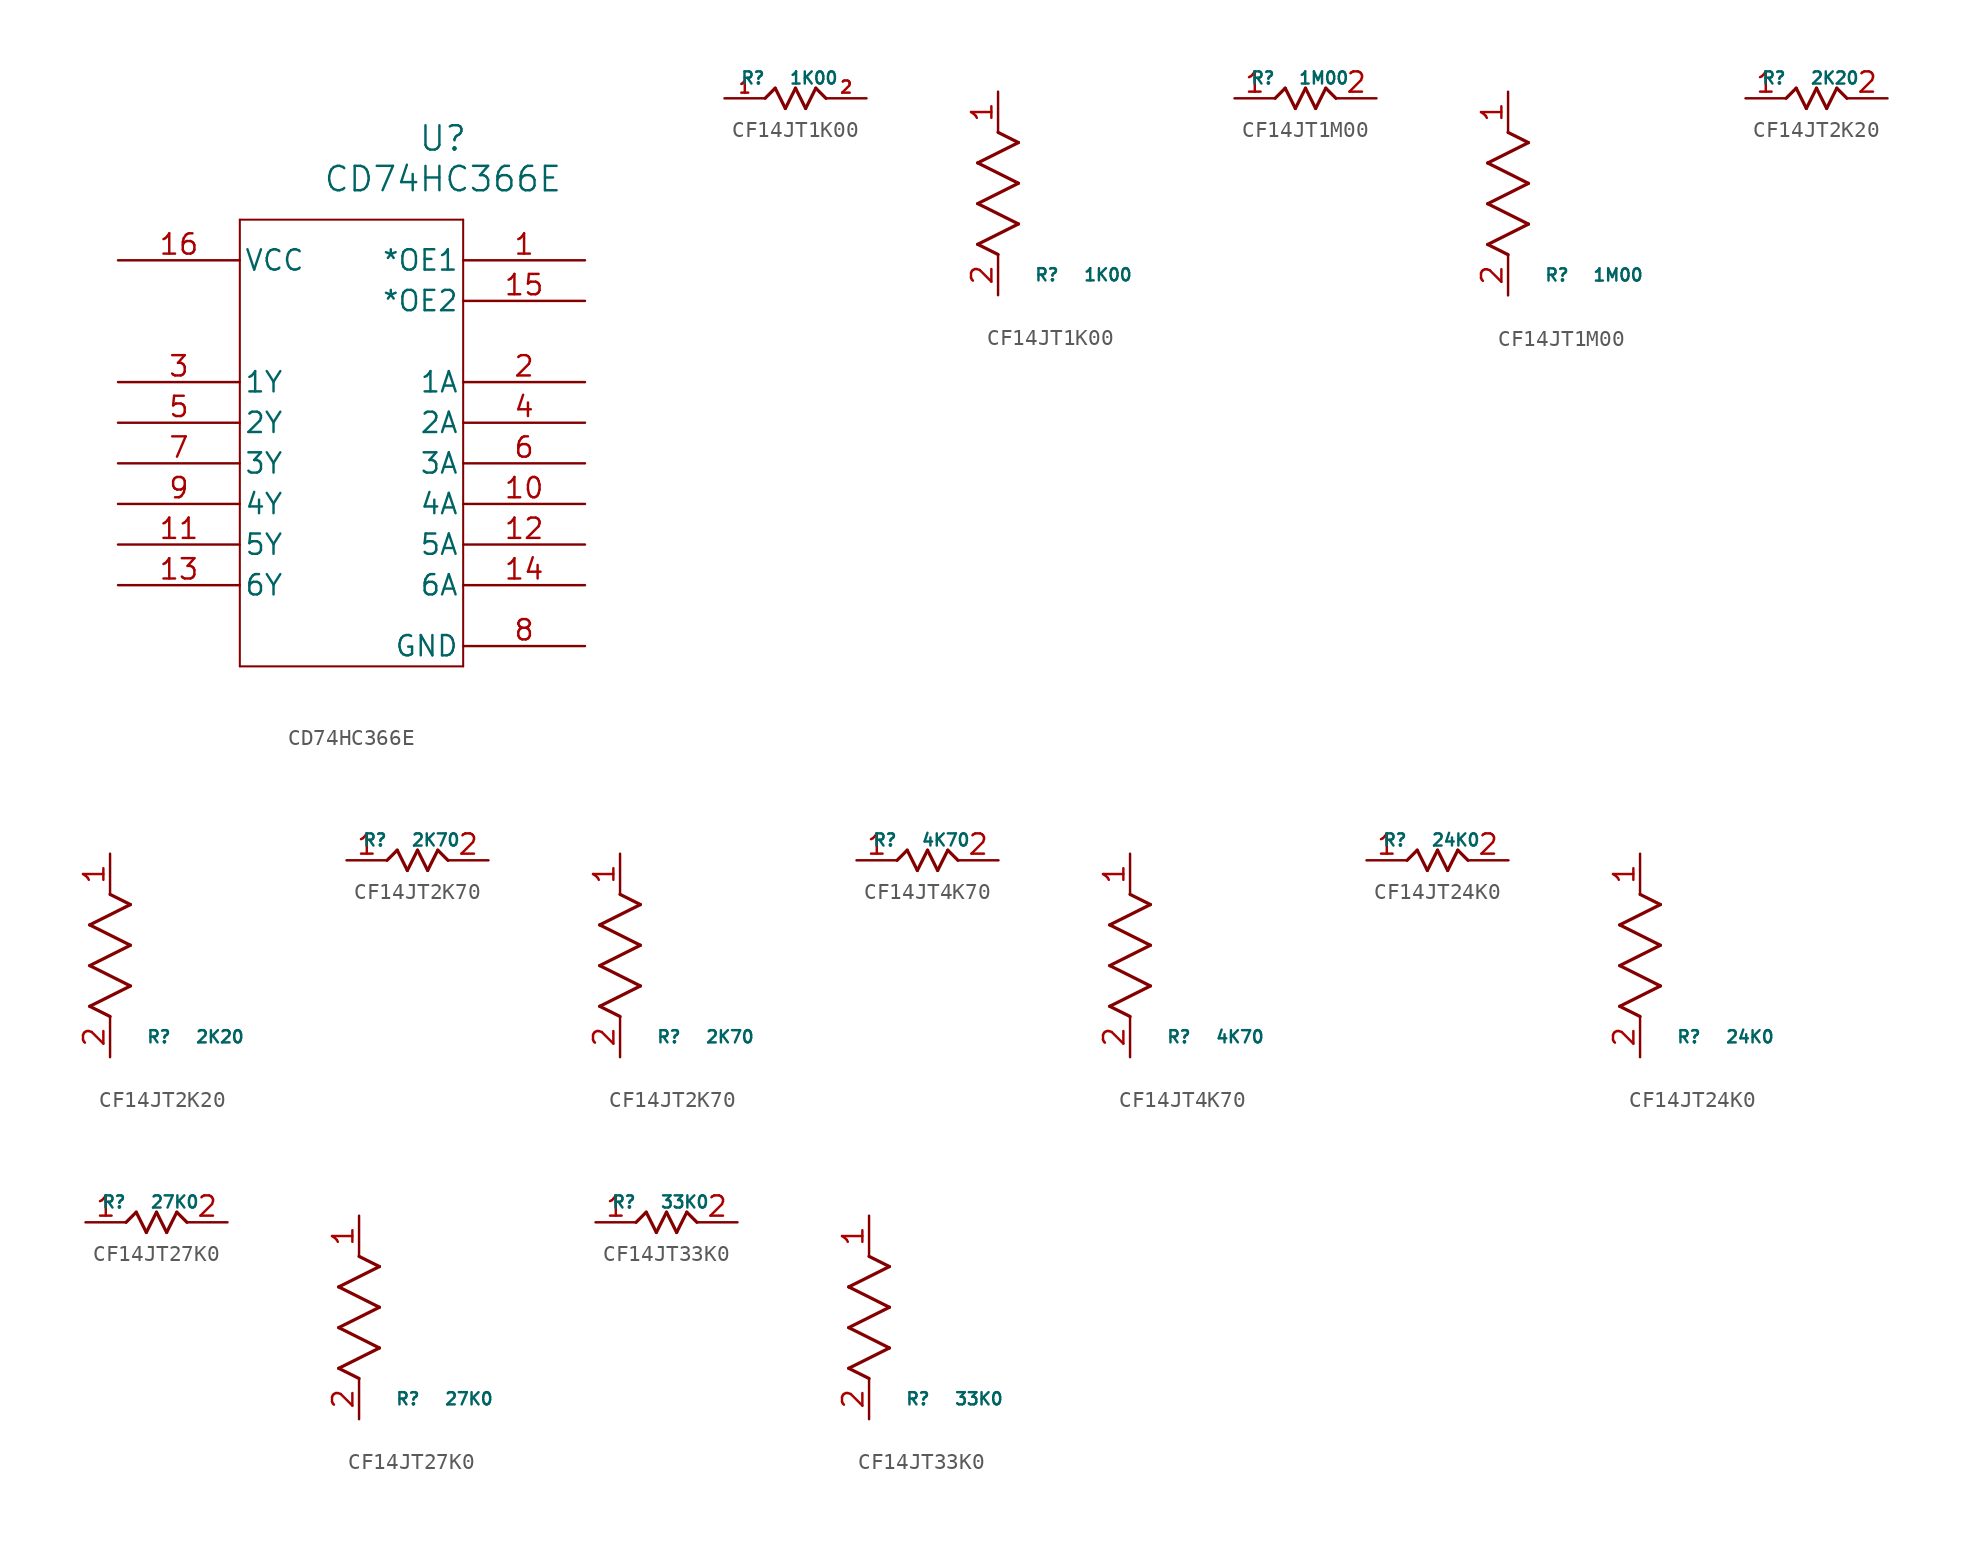
<source format=kicad_sym>
(kicad_symbol_lib
  (version 20241209)
  (generator "kicad_symbol_editor")
  (generator_version "9.0")
  (symbol "CD74HC366E"
    (pin_names
      (offset 0.254))
    (property "Reference" "U"
      (at 20.32 10.16 0)
      (effects (font (size 1.524 1.524))))
    (property "Value" "CD74HC366E"
      (at 20.32 7.62 0)
      (effects (font (size 1.524 1.524))))
    (symbol "CD74HC366E_0_1"
      (polyline (pts (xy 7.62 5.08) (xy 7.62 -22.86)) (stroke (width 0.127) (type default)) (fill (type none)))
      (polyline (pts (xy 7.62 -22.86) (xy 21.59 -22.86)) (stroke (width 0.127) (type default)) (fill (type none)))
      (polyline (pts (xy 21.59 5.08) (xy 7.62 5.08)) (stroke (width 0.127) (type default)) (fill (type none)))
      (polyline (pts (xy 21.59 -22.86) (xy 21.59 5.08)) (stroke (width 0.127) (type default)) (fill (type none)))
      (pin unspecified line (at 0 2.54 0) (length 7.62) (name "VCC" (effects (font (size 1.27 1.27)))) (number "16" (effects (font (size 1.27 1.27)))))
      (pin unspecified line (at 0 -5.08 0) (length 7.62) (name "1Y" (effects (font (size 1.27 1.27)))) (number "3" (effects (font (size 1.27 1.27)))))
      (pin unspecified line (at 0 -7.62 0) (length 7.62) (name "2Y" (effects (font (size 1.27 1.27)))) (number "5" (effects (font (size 1.27 1.27)))))
      (pin unspecified line (at 0 -10.16 0) (length 7.62) (name "3Y" (effects (font (size 1.27 1.27)))) (number "7" (effects (font (size 1.27 1.27)))))
      (pin unspecified line (at 0 -12.7 0) (length 7.62) (name "4Y" (effects (font (size 1.27 1.27)))) (number "9" (effects (font (size 1.27 1.27)))))
      (pin unspecified line (at 0 -15.24 0) (length 7.62) (name "5Y" (effects (font (size 1.27 1.27)))) (number "11" (effects (font (size 1.27 1.27)))))
      (pin unspecified line (at 0 -17.78 0) (length 7.62) (name "6Y" (effects (font (size 1.27 1.27)))) (number "13" (effects (font (size 1.27 1.27)))))
      (pin unspecified line (at 29.21 2.54 180) (length 7.62) (name "*OE1" (effects (font (size 1.27 1.27)))) (number "1" (effects (font (size 1.27 1.27)))))
      (pin unspecified line (at 29.21 0 180) (length 7.62) (name "*OE2" (effects (font (size 1.27 1.27)))) (number "15" (effects (font (size 1.27 1.27)))))
      (pin unspecified line (at 29.21 -5.08 180) (length 7.62) (name "1A" (effects (font (size 1.27 1.27)))) (number "2" (effects (font (size 1.27 1.27)))))
      (pin unspecified line (at 29.21 -7.62 180) (length 7.62) (name "2A" (effects (font (size 1.27 1.27)))) (number "4" (effects (font (size 1.27 1.27)))))
      (pin unspecified line (at 29.21 -10.16 180) (length 7.62) (name "3A" (effects (font (size 1.27 1.27)))) (number "6" (effects (font (size 1.27 1.27)))))
      (pin unspecified line (at 29.21 -12.7 180) (length 7.62) (name "4A" (effects (font (size 1.27 1.27)))) (number "10" (effects (font (size 1.27 1.27)))))
      (pin unspecified line (at 29.21 -15.24 180) (length 7.62) (name "5A" (effects (font (size 1.27 1.27)))) (number "12" (effects (font (size 1.27 1.27)))))
      (pin unspecified line (at 29.21 -17.78 180) (length 7.62) (name "6A" (effects (font (size 1.27 1.27)))) (number "14" (effects (font (size 1.27 1.27)))))
      (pin unspecified line (at 29.21 -21.59 180) (length 7.62) (name "GND" (effects (font (size 1.27 1.27)))) (number "8" (effects (font (size 1.27 1.27)))))))
  (symbol "CF14JT1K00"
    (pin_names
      (offset 0.254))
    (property "Reference" "R"
      (at 3.048 1.27 0)
      (effects (font (size 0.762 0.762))))
    (property "Value" "1K00"
      (at 6.858 1.27 0)
      (effects (font (size 0.762 0.762))))
    (symbol "CF14JT1K00_1_1"
      (polyline (pts (xy 3.81 0) (xy 4.445 0.635)) (stroke (width 0.203) (type default)) (fill (type none)))
      (polyline (pts (xy 4.445 0.635) (xy 5.08 -0.635)) (stroke (width 0.203) (type default)) (fill (type none)))
      (polyline (pts (xy 5.08 -0.635) (xy 5.715 0.635)) (stroke (width 0.203) (type default)) (fill (type none)))
      (polyline (pts (xy 5.715 0.635) (xy 6.35 -0.635)) (stroke (width 0.203) (type default)) (fill (type none)))
      (polyline (pts (xy 6.35 -0.635) (xy 6.985 0.635)) (stroke (width 0.203) (type default)) (fill (type none)))
      (polyline (pts (xy 6.985 0.635) (xy 7.62 0)) (stroke (width 0.203) (type default)) (fill (type none)))
      (pin unspecified line (at 1.27 0 0) (length 2.54) (name "" (effects (font (size 0.762 0.762)))) (number "1" (effects (font (size 0.762 0.762)))))
      (pin unspecified line (at 10.16 0 180) (length 2.54) (name "" (effects (font (size 0.762 0.762)))) (number "2" (effects (font (size 0.762 0.762))))))
    (symbol "CF14JT1K00_1_2"
      (polyline (pts (xy -1.27 8.255) (xy 1.27 9.525)) (stroke (width 0.203) (type default)) (fill (type none)))
      (polyline (pts (xy -1.27 5.715) (xy 1.27 6.985)) (stroke (width 0.203) (type default)) (fill (type none)))
      (polyline (pts (xy -1.27 3.175) (xy 1.27 4.445)) (stroke (width 0.203) (type default)) (fill (type none)))
      (polyline (pts (xy 0 2.54) (xy -1.27 3.175)) (stroke (width 0.203) (type default)) (fill (type none)))
      (polyline (pts (xy 1.27 9.525) (xy 0 10.16)) (stroke (width 0.203) (type default)) (fill (type none)))
      (polyline (pts (xy 1.27 6.985) (xy -1.27 8.255)) (stroke (width 0.203) (type default)) (fill (type none)))
      (polyline (pts (xy 1.27 4.445) (xy -1.27 5.715)) (stroke (width 0.203) (type default)) (fill (type none)))
      (pin unspecified line (at 0 12.7 270) (length 2.54) (name "" (effects (font (size 1.27 1.27)))) (number "1" (effects (font (size 1.27 1.27)))))
      (pin unspecified line (at 0 0 90) (length 2.54) (name "" (effects (font (size 1.27 1.27)))) (number "2" (effects (font (size 1.27 1.27)))))))
  (symbol "CF14JT1M00"
    (pin_names
      (offset 0.254))
    (property "Reference" "R"
      (at 3.048 1.27 0)
      (effects (font (size 0.762 0.762))))
    (property "Value" "1M00"
      (at 6.858 1.27 0)
      (effects (font (size 0.762 0.762))))
    (symbol "CF14JT1M00_1_1"
      (polyline (pts (xy 3.81 0) (xy 4.445 0.635)) (stroke (width 0.203) (type default)) (fill (type none)))
      (polyline (pts (xy 4.445 0.635) (xy 5.08 -0.635)) (stroke (width 0.203) (type default)) (fill (type none)))
      (polyline (pts (xy 5.08 -0.635) (xy 5.715 0.635)) (stroke (width 0.203) (type default)) (fill (type none)))
      (polyline (pts (xy 5.715 0.635) (xy 6.35 -0.635)) (stroke (width 0.203) (type default)) (fill (type none)))
      (polyline (pts (xy 6.35 -0.635) (xy 6.985 0.635)) (stroke (width 0.203) (type default)) (fill (type none)))
      (polyline (pts (xy 6.985 0.635) (xy 7.62 0)) (stroke (width 0.203) (type default)) (fill (type none)))
      (pin unspecified line (at 1.27 0 0) (length 2.54) (name "" (effects (font (size 1.27 1.27)))) (number "1" (effects (font (size 1.27 1.27)))))
      (pin unspecified line (at 10.16 0 180) (length 2.54) (name "" (effects (font (size 1.27 1.27)))) (number "2" (effects (font (size 1.27 1.27))))))
    (symbol "CF14JT1M00_1_2"
      (polyline (pts (xy -1.27 8.255) (xy 1.27 9.525)) (stroke (width 0.203) (type default)) (fill (type none)))
      (polyline (pts (xy -1.27 5.715) (xy 1.27 6.985)) (stroke (width 0.203) (type default)) (fill (type none)))
      (polyline (pts (xy -1.27 3.175) (xy 1.27 4.445)) (stroke (width 0.203) (type default)) (fill (type none)))
      (polyline (pts (xy 0 2.54) (xy -1.27 3.175)) (stroke (width 0.203) (type default)) (fill (type none)))
      (polyline (pts (xy 1.27 9.525) (xy 0 10.16)) (stroke (width 0.203) (type default)) (fill (type none)))
      (polyline (pts (xy 1.27 6.985) (xy -1.27 8.255)) (stroke (width 0.203) (type default)) (fill (type none)))
      (polyline (pts (xy 1.27 4.445) (xy -1.27 5.715)) (stroke (width 0.203) (type default)) (fill (type none)))
      (pin unspecified line (at 0 12.7 270) (length 2.54) (name "" (effects (font (size 1.27 1.27)))) (number "1" (effects (font (size 1.27 1.27)))))
      (pin unspecified line (at 0 0 90) (length 2.54) (name "" (effects (font (size 1.27 1.27)))) (number "2" (effects (font (size 1.27 1.27)))))))
  (symbol "CF14JT2K20"
    (pin_names
      (offset 0.254))
    (property "Reference" "R"
      (at 3.048 1.27 0)
      (effects (font (size 0.762 0.762))))
    (property "Value" "2K20"
      (at 6.858 1.27 0)
      (effects (font (size 0.762 0.762))))
    (symbol "CF14JT2K20_1_1"
      (polyline (pts (xy 3.81 0) (xy 4.445 0.635)) (stroke (width 0.203) (type default)) (fill (type none)))
      (polyline (pts (xy 4.445 0.635) (xy 5.08 -0.635)) (stroke (width 0.203) (type default)) (fill (type none)))
      (polyline (pts (xy 5.08 -0.635) (xy 5.715 0.635)) (stroke (width 0.203) (type default)) (fill (type none)))
      (polyline (pts (xy 5.715 0.635) (xy 6.35 -0.635)) (stroke (width 0.203) (type default)) (fill (type none)))
      (polyline (pts (xy 6.35 -0.635) (xy 6.985 0.635)) (stroke (width 0.203) (type default)) (fill (type none)))
      (polyline (pts (xy 6.985 0.635) (xy 7.62 0)) (stroke (width 0.203) (type default)) (fill (type none)))
      (pin unspecified line (at 1.27 0 0) (length 2.54) (name "" (effects (font (size 1.27 1.27)))) (number "1" (effects (font (size 1.27 1.27)))))
      (pin unspecified line (at 10.16 0 180) (length 2.54) (name "" (effects (font (size 1.27 1.27)))) (number "2" (effects (font (size 1.27 1.27))))))
    (symbol "CF14JT2K20_1_2"
      (polyline (pts (xy -1.27 8.255) (xy 1.27 9.525)) (stroke (width 0.203) (type default)) (fill (type none)))
      (polyline (pts (xy -1.27 5.715) (xy 1.27 6.985)) (stroke (width 0.203) (type default)) (fill (type none)))
      (polyline (pts (xy -1.27 3.175) (xy 1.27 4.445)) (stroke (width 0.203) (type default)) (fill (type none)))
      (polyline (pts (xy 0 2.54) (xy -1.27 3.175)) (stroke (width 0.203) (type default)) (fill (type none)))
      (polyline (pts (xy 1.27 9.525) (xy 0 10.16)) (stroke (width 0.203) (type default)) (fill (type none)))
      (polyline (pts (xy 1.27 6.985) (xy -1.27 8.255)) (stroke (width 0.203) (type default)) (fill (type none)))
      (polyline (pts (xy 1.27 4.445) (xy -1.27 5.715)) (stroke (width 0.203) (type default)) (fill (type none)))
      (pin unspecified line (at 0 12.7 270) (length 2.54) (name "" (effects (font (size 1.27 1.27)))) (number "1" (effects (font (size 1.27 1.27)))))
      (pin unspecified line (at 0 0 90) (length 2.54) (name "" (effects (font (size 1.27 1.27)))) (number "2" (effects (font (size 1.27 1.27)))))))
  (symbol "CF14JT2K70"
    (pin_names
      (offset 0.254))
    (property "Reference" "R"
      (at 3.048 1.27 0)
      (effects (font (size 0.762 0.762))))
    (property "Value" "2K70"
      (at 6.858 1.27 0)
      (effects (font (size 0.762 0.762))))
    (symbol "CF14JT2K70_1_1"
      (polyline (pts (xy 3.81 0) (xy 4.445 0.635)) (stroke (width 0.203) (type default)) (fill (type none)))
      (polyline (pts (xy 4.445 0.635) (xy 5.08 -0.635)) (stroke (width 0.203) (type default)) (fill (type none)))
      (polyline (pts (xy 5.08 -0.635) (xy 5.715 0.635)) (stroke (width 0.203) (type default)) (fill (type none)))
      (polyline (pts (xy 5.715 0.635) (xy 6.35 -0.635)) (stroke (width 0.203) (type default)) (fill (type none)))
      (polyline (pts (xy 6.35 -0.635) (xy 6.985 0.635)) (stroke (width 0.203) (type default)) (fill (type none)))
      (polyline (pts (xy 6.985 0.635) (xy 7.62 0)) (stroke (width 0.203) (type default)) (fill (type none)))
      (pin unspecified line (at 1.27 0 0) (length 2.54) (name "" (effects (font (size 1.27 1.27)))) (number "1" (effects (font (size 1.27 1.27)))))
      (pin unspecified line (at 10.16 0 180) (length 2.54) (name "" (effects (font (size 1.27 1.27)))) (number "2" (effects (font (size 1.27 1.27))))))
    (symbol "CF14JT2K70_1_2"
      (polyline (pts (xy -1.27 8.255) (xy 1.27 9.525)) (stroke (width 0.203) (type default)) (fill (type none)))
      (polyline (pts (xy -1.27 5.715) (xy 1.27 6.985)) (stroke (width 0.203) (type default)) (fill (type none)))
      (polyline (pts (xy -1.27 3.175) (xy 1.27 4.445)) (stroke (width 0.203) (type default)) (fill (type none)))
      (polyline (pts (xy 0 2.54) (xy -1.27 3.175)) (stroke (width 0.203) (type default)) (fill (type none)))
      (polyline (pts (xy 1.27 9.525) (xy 0 10.16)) (stroke (width 0.203) (type default)) (fill (type none)))
      (polyline (pts (xy 1.27 6.985) (xy -1.27 8.255)) (stroke (width 0.203) (type default)) (fill (type none)))
      (polyline (pts (xy 1.27 4.445) (xy -1.27 5.715)) (stroke (width 0.203) (type default)) (fill (type none)))
      (pin unspecified line (at 0 12.7 270) (length 2.54) (name "" (effects (font (size 1.27 1.27)))) (number "1" (effects (font (size 1.27 1.27)))))
      (pin unspecified line (at 0 0 90) (length 2.54) (name "" (effects (font (size 1.27 1.27)))) (number "2" (effects (font (size 1.27 1.27)))))))
  (symbol "CF14JT4K70"
    (pin_names
      (offset 0.254))
    (property "Reference" "R"
      (at 3.048 1.27 0)
      (effects (font (size 0.762 0.762))))
    (property "Value" "4K70"
      (at 6.858 1.27 0)
      (effects (font (size 0.762 0.762))))
    (symbol "CF14JT4K70_1_1"
      (polyline (pts (xy 3.81 0) (xy 4.445 0.635)) (stroke (width 0.203) (type default)) (fill (type none)))
      (polyline (pts (xy 4.445 0.635) (xy 5.08 -0.635)) (stroke (width 0.203) (type default)) (fill (type none)))
      (polyline (pts (xy 5.08 -0.635) (xy 5.715 0.635)) (stroke (width 0.203) (type default)) (fill (type none)))
      (polyline (pts (xy 5.715 0.635) (xy 6.35 -0.635)) (stroke (width 0.203) (type default)) (fill (type none)))
      (polyline (pts (xy 6.35 -0.635) (xy 6.985 0.635)) (stroke (width 0.203) (type default)) (fill (type none)))
      (polyline (pts (xy 6.985 0.635) (xy 7.62 0)) (stroke (width 0.203) (type default)) (fill (type none)))
      (pin unspecified line (at 1.27 0 0) (length 2.54) (name "" (effects (font (size 1.27 1.27)))) (number "1" (effects (font (size 1.27 1.27)))))
      (pin unspecified line (at 10.16 0 180) (length 2.54) (name "" (effects (font (size 1.27 1.27)))) (number "2" (effects (font (size 1.27 1.27))))))
    (symbol "CF14JT4K70_1_2"
      (polyline (pts (xy -1.27 8.255) (xy 1.27 9.525)) (stroke (width 0.203) (type default)) (fill (type none)))
      (polyline (pts (xy -1.27 5.715) (xy 1.27 6.985)) (stroke (width 0.203) (type default)) (fill (type none)))
      (polyline (pts (xy -1.27 3.175) (xy 1.27 4.445)) (stroke (width 0.203) (type default)) (fill (type none)))
      (polyline (pts (xy 0 2.54) (xy -1.27 3.175)) (stroke (width 0.203) (type default)) (fill (type none)))
      (polyline (pts (xy 1.27 9.525) (xy 0 10.16)) (stroke (width 0.203) (type default)) (fill (type none)))
      (polyline (pts (xy 1.27 6.985) (xy -1.27 8.255)) (stroke (width 0.203) (type default)) (fill (type none)))
      (polyline (pts (xy 1.27 4.445) (xy -1.27 5.715)) (stroke (width 0.203) (type default)) (fill (type none)))
      (pin unspecified line (at 0 12.7 270) (length 2.54) (name "" (effects (font (size 1.27 1.27)))) (number "1" (effects (font (size 1.27 1.27)))))
      (pin unspecified line (at 0 0 90) (length 2.54) (name "" (effects (font (size 1.27 1.27)))) (number "2" (effects (font (size 1.27 1.27)))))))
  (symbol "CF14JT24K0"
    (pin_names
      (offset 0.254))
    (property "Reference" "R"
      (at 3.048 1.27 0)
      (effects (font (size 0.762 0.762))))
    (property "Value" "24K0"
      (at 6.858 1.27 0)
      (effects (font (size 0.762 0.762))))
    (symbol "CF14JT24K0_1_1"
      (polyline (pts (xy 3.81 0) (xy 4.445 0.635)) (stroke (width 0.203) (type default)) (fill (type none)))
      (polyline (pts (xy 4.445 0.635) (xy 5.08 -0.635)) (stroke (width 0.203) (type default)) (fill (type none)))
      (polyline (pts (xy 5.08 -0.635) (xy 5.715 0.635)) (stroke (width 0.203) (type default)) (fill (type none)))
      (polyline (pts (xy 5.715 0.635) (xy 6.35 -0.635)) (stroke (width 0.203) (type default)) (fill (type none)))
      (polyline (pts (xy 6.35 -0.635) (xy 6.985 0.635)) (stroke (width 0.203) (type default)) (fill (type none)))
      (polyline (pts (xy 6.985 0.635) (xy 7.62 0)) (stroke (width 0.203) (type default)) (fill (type none)))
      (pin unspecified line (at 1.27 0 0) (length 2.54) (name "" (effects (font (size 1.27 1.27)))) (number "1" (effects (font (size 1.27 1.27)))))
      (pin unspecified line (at 10.16 0 180) (length 2.54) (name "" (effects (font (size 1.27 1.27)))) (number "2" (effects (font (size 1.27 1.27))))))
    (symbol "CF14JT24K0_1_2"
      (polyline (pts (xy -1.27 8.255) (xy 1.27 9.525)) (stroke (width 0.203) (type default)) (fill (type none)))
      (polyline (pts (xy -1.27 5.715) (xy 1.27 6.985)) (stroke (width 0.203) (type default)) (fill (type none)))
      (polyline (pts (xy -1.27 3.175) (xy 1.27 4.445)) (stroke (width 0.203) (type default)) (fill (type none)))
      (polyline (pts (xy 0 2.54) (xy -1.27 3.175)) (stroke (width 0.203) (type default)) (fill (type none)))
      (polyline (pts (xy 1.27 9.525) (xy 0 10.16)) (stroke (width 0.203) (type default)) (fill (type none)))
      (polyline (pts (xy 1.27 6.985) (xy -1.27 8.255)) (stroke (width 0.203) (type default)) (fill (type none)))
      (polyline (pts (xy 1.27 4.445) (xy -1.27 5.715)) (stroke (width 0.203) (type default)) (fill (type none)))
      (pin unspecified line (at 0 12.7 270) (length 2.54) (name "" (effects (font (size 1.27 1.27)))) (number "1" (effects (font (size 1.27 1.27)))))
      (pin unspecified line (at 0 0 90) (length 2.54) (name "" (effects (font (size 1.27 1.27)))) (number "2" (effects (font (size 1.27 1.27)))))))
  (symbol "CF14JT27K0"
    (pin_names
      (offset 0.254))
    (property "Reference" "R"
      (at 3.048 1.27 0)
      (effects (font (size 0.762 0.762))))
    (property "Value" "27K0"
      (at 6.858 1.27 0)
      (effects (font (size 0.762 0.762))))
    (symbol "CF14JT27K0_1_1"
      (polyline (pts (xy 3.81 0) (xy 4.445 0.635)) (stroke (width 0.203) (type default)) (fill (type none)))
      (polyline (pts (xy 4.445 0.635) (xy 5.08 -0.635)) (stroke (width 0.203) (type default)) (fill (type none)))
      (polyline (pts (xy 5.08 -0.635) (xy 5.715 0.635)) (stroke (width 0.203) (type default)) (fill (type none)))
      (polyline (pts (xy 5.715 0.635) (xy 6.35 -0.635)) (stroke (width 0.203) (type default)) (fill (type none)))
      (polyline (pts (xy 6.35 -0.635) (xy 6.985 0.635)) (stroke (width 0.203) (type default)) (fill (type none)))
      (polyline (pts (xy 6.985 0.635) (xy 7.62 0)) (stroke (width 0.203) (type default)) (fill (type none)))
      (pin unspecified line (at 1.27 0 0) (length 2.54) (name "" (effects (font (size 1.27 1.27)))) (number "1" (effects (font (size 1.27 1.27)))))
      (pin unspecified line (at 10.16 0 180) (length 2.54) (name "" (effects (font (size 1.27 1.27)))) (number "2" (effects (font (size 1.27 1.27))))))
    (symbol "CF14JT27K0_1_2"
      (polyline (pts (xy -1.27 8.255) (xy 1.27 9.525)) (stroke (width 0.203) (type default)) (fill (type none)))
      (polyline (pts (xy -1.27 5.715) (xy 1.27 6.985)) (stroke (width 0.203) (type default)) (fill (type none)))
      (polyline (pts (xy -1.27 3.175) (xy 1.27 4.445)) (stroke (width 0.203) (type default)) (fill (type none)))
      (polyline (pts (xy 0 2.54) (xy -1.27 3.175)) (stroke (width 0.203) (type default)) (fill (type none)))
      (polyline (pts (xy 1.27 9.525) (xy 0 10.16)) (stroke (width 0.203) (type default)) (fill (type none)))
      (polyline (pts (xy 1.27 6.985) (xy -1.27 8.255)) (stroke (width 0.203) (type default)) (fill (type none)))
      (polyline (pts (xy 1.27 4.445) (xy -1.27 5.715)) (stroke (width 0.203) (type default)) (fill (type none)))
      (pin unspecified line (at 0 12.7 270) (length 2.54) (name "" (effects (font (size 1.27 1.27)))) (number "1" (effects (font (size 1.27 1.27)))))
      (pin unspecified line (at 0 0 90) (length 2.54) (name "" (effects (font (size 1.27 1.27)))) (number "2" (effects (font (size 1.27 1.27)))))))
  (symbol "CF14JT33K0"
    (pin_names
      (offset 0.254))
    (property "Reference" "R"
      (at 3.048 1.27 0)
      (effects (font (size 0.762 0.762))))
    (property "Value" "33K0"
      (at 6.858 1.27 0)
      (effects (font (size 0.762 0.762))))
    (symbol "CF14JT33K0_1_1"
      (polyline (pts (xy 3.81 0) (xy 4.445 0.635)) (stroke (width 0.203) (type default)) (fill (type none)))
      (polyline (pts (xy 4.445 0.635) (xy 5.08 -0.635)) (stroke (width 0.203) (type default)) (fill (type none)))
      (polyline (pts (xy 5.08 -0.635) (xy 5.715 0.635)) (stroke (width 0.203) (type default)) (fill (type none)))
      (polyline (pts (xy 5.715 0.635) (xy 6.35 -0.635)) (stroke (width 0.203) (type default)) (fill (type none)))
      (polyline (pts (xy 6.35 -0.635) (xy 6.985 0.635)) (stroke (width 0.203) (type default)) (fill (type none)))
      (polyline (pts (xy 6.985 0.635) (xy 7.62 0)) (stroke (width 0.203) (type default)) (fill (type none)))
      (pin unspecified line (at 1.27 0 0) (length 2.54) (name "" (effects (font (size 1.27 1.27)))) (number "1" (effects (font (size 1.27 1.27)))))
      (pin unspecified line (at 10.16 0 180) (length 2.54) (name "" (effects (font (size 1.27 1.27)))) (number "2" (effects (font (size 1.27 1.27))))))
    (symbol "CF14JT33K0_1_2"
      (polyline (pts (xy -1.27 8.255) (xy 1.27 9.525)) (stroke (width 0.203) (type default)) (fill (type none)))
      (polyline (pts (xy -1.27 5.715) (xy 1.27 6.985)) (stroke (width 0.203) (type default)) (fill (type none)))
      (polyline (pts (xy -1.27 3.175) (xy 1.27 4.445)) (stroke (width 0.203) (type default)) (fill (type none)))
      (polyline (pts (xy 0 2.54) (xy -1.27 3.175)) (stroke (width 0.203) (type default)) (fill (type none)))
      (polyline (pts (xy 1.27 9.525) (xy 0 10.16)) (stroke (width 0.203) (type default)) (fill (type none)))
      (polyline (pts (xy 1.27 6.985) (xy -1.27 8.255)) (stroke (width 0.203) (type default)) (fill (type none)))
      (polyline (pts (xy 1.27 4.445) (xy -1.27 5.715)) (stroke (width 0.203) (type default)) (fill (type none)))
      (pin unspecified line (at 0 12.7 270) (length 2.54) (name "" (effects (font (size 1.27 1.27)))) (number "1" (effects (font (size 1.27 1.27)))))
      (pin unspecified line (at 0 0 90) (length 2.54) (name "" (effects (font (size 1.27 1.27)))) (number "2" (effects (font (size 1.27 1.27))))))))
</source>
